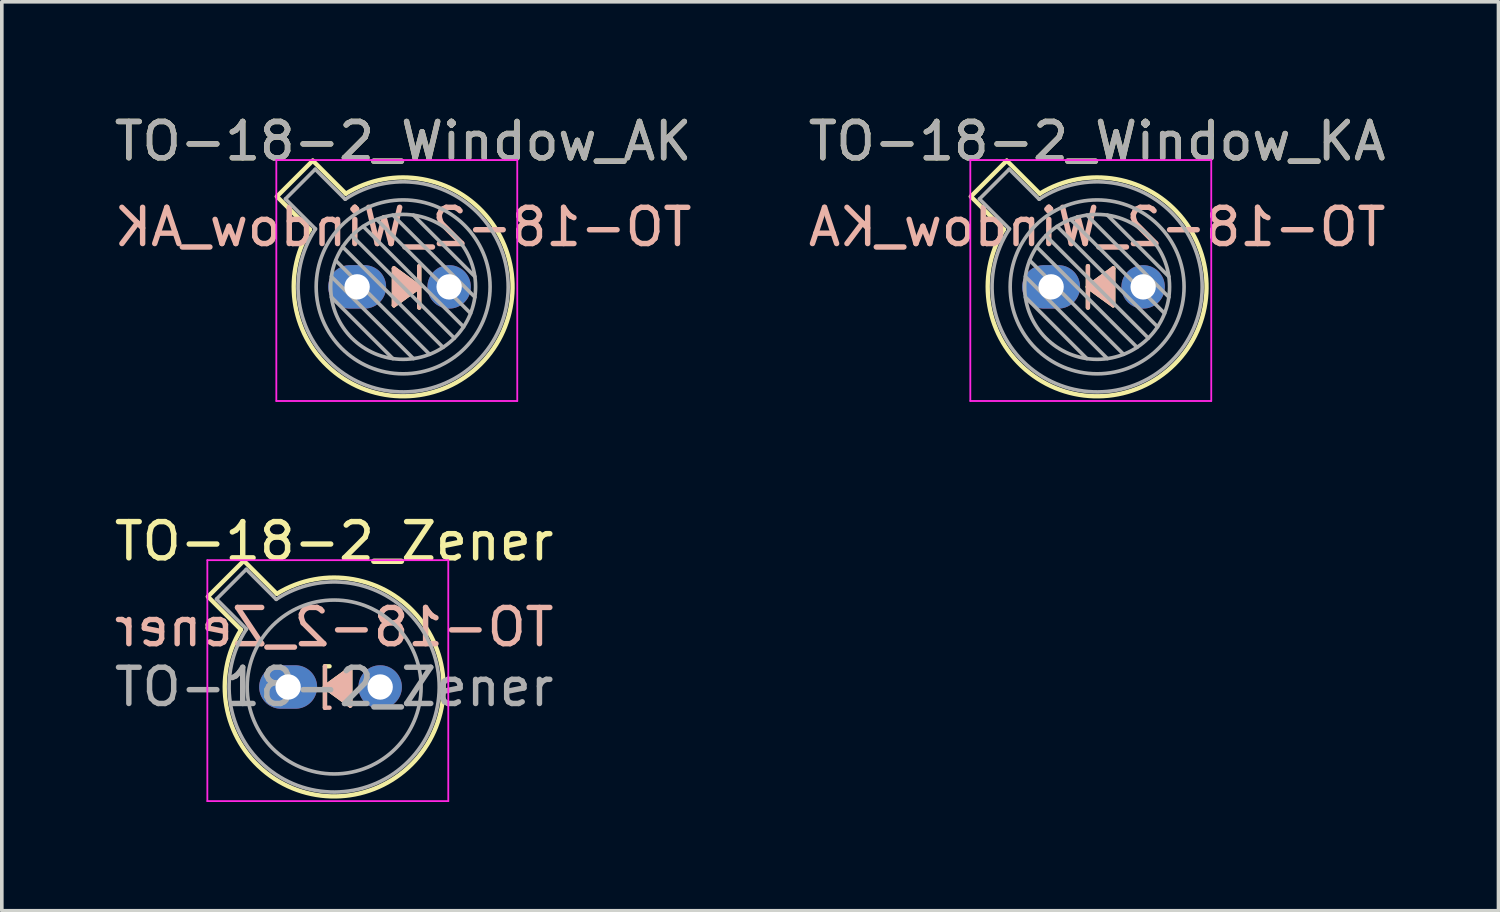
<source format=kicad_pcb>
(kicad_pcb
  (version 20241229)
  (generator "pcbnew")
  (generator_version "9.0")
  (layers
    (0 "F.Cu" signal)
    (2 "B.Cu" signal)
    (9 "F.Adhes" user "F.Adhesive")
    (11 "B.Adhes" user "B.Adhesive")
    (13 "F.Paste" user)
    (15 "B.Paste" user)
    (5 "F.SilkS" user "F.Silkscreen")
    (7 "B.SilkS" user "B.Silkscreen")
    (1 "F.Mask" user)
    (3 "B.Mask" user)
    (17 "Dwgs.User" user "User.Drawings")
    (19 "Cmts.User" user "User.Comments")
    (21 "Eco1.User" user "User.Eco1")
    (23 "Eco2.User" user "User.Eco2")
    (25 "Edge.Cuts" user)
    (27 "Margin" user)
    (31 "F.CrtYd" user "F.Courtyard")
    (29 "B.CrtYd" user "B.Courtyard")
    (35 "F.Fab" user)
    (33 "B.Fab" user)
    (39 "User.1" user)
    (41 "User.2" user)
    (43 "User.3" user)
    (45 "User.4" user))
  (footprint "TO-18-2_Window_KA"
    (layer "F.Cu")
    (at 25.962 4.868)
    (property "Reference" "TO-18-2_Window_KA" (at 1.27 -4.02 0) (layer "F.SilkS") (effects (font (size 1 1) (thickness 0.15))))
    (fp_line (start -2.214 -2.494) (end -1.302 -1.582) (stroke (width 0.12) (type solid)) (layer "F.SilkS"))
    (fp_line (start -1.224 -3.484) (end -2.214 -2.494) (stroke (width 0.12) (type solid)) (layer "F.SilkS"))
    (fp_line (start -0.312 -2.572) (end -1.224 -3.484) (stroke (width 0.12) (type solid)) (layer "F.SilkS"))
    (fp_line (start 1.016 0) (end 1.714 -0.508) (stroke (width 0.12) (type solid)) (layer "F.SilkS"))
    (fp_line (start 1.016 0.572) (end 1.016 -0.572) (stroke (width 0.12) (type solid)) (layer "F.SilkS"))
    (fp_line (start 1.714 -0.508) (end 1.714 0.508) (stroke (width 0.12) (type solid)) (layer "F.SilkS"))
    (fp_line (start 1.714 0.508) (end 1.016 0) (stroke (width 0.12) (type solid)) (layer "F.SilkS"))
    (fp_arc (start -0.312331 -2.572281) (mid 3.405374 2.135551) (end -1.30215 -1.582544) (stroke (width 0.12) (type solid)) (layer "F.SilkS"))
    (fp_poly (pts (xy 1.016 0) (xy 1.714 -0.508) (xy 1.714 0.508)) (stroke (width 0.1) (type solid)) (fill yes) (layer "F.SilkS"))
    (fp_line (start 1.016 -0.572) (end 1.016 0.572) (stroke (width 0.12) (type solid)) (layer "B.SilkS"))
    (fp_line (start 1.016 0) (end 1.714 0.508) (stroke (width 0.12) (type solid)) (layer "B.SilkS"))
    (fp_line (start 1.714 -0.508) (end 1.016 0) (stroke (width 0.12) (type solid)) (layer "B.SilkS"))
    (fp_line (start 1.714 0.508) (end 1.714 -0.508) (stroke (width 0.12) (type solid)) (layer "B.SilkS"))
    (fp_poly (pts (xy 1.016 0) (xy 1.714 0.508) (xy 1.714 -0.508)) (stroke (width 0.1) (type solid)) (fill yes) (layer "B.SilkS"))
    (fp_line (start -2.23 -3.5) (end -2.23 3.15) (stroke (width 0.05) (type solid)) (layer "F.CrtYd"))
    (fp_line (start -2.23 3.15) (end 4.42 3.15) (stroke (width 0.05) (type solid)) (layer "F.CrtYd"))
    (fp_line (start 4.42 -3.5) (end -2.23 -3.5) (stroke (width 0.05) (type solid)) (layer "F.CrtYd"))
    (fp_line (start 4.42 3.15) (end 4.42 -3.5) (stroke (width 0.05) (type solid)) (layer "F.CrtYd"))
    (fp_line (start -1.977 -2.426) (end -1.149 -1.599) (stroke (width 0.1) (type solid)) (layer "F.Fab"))
    (fp_line (start -1.156 -3.247) (end -1.977 -2.426) (stroke (width 0.1) (type solid)) (layer "F.Fab"))
    (fp_line (start -0.71 -0.283) (end 1.553 1.98) (stroke (width 0.1) (type solid)) (layer "F.Fab"))
    (fp_line (start -0.71 0.283) (end 0.987 1.98) (stroke (width 0.1) (type solid)) (layer "F.Fab"))
    (fp_line (start -0.592 -0.731) (end 2.001 1.862) (stroke (width 0.1) (type solid)) (layer "F.Fab"))
    (fp_line (start -0.399 -1.103) (end 2.373 1.669) (stroke (width 0.1) (type solid)) (layer "F.Fab"))
    (fp_line (start -0.329 -2.419) (end -1.156 -3.247) (stroke (width 0.1) (type solid)) (layer "F.Fab"))
    (fp_line (start -0.145 -1.415) (end 2.685 1.415) (stroke (width 0.1) (type solid)) (layer "F.Fab"))
    (fp_line (start 0.167 -1.669) (end 2.939 1.103) (stroke (width 0.1) (type solid)) (layer "F.Fab"))
    (fp_line (start 0.539 -1.862) (end 3.132 0.731) (stroke (width 0.1) (type solid)) (layer "F.Fab"))
    (fp_line (start 0.987 -1.98) (end 3.25 0.283) (stroke (width 0.1) (type solid)) (layer "F.Fab"))
    (fp_line (start 1.553 -1.98) (end 3.25 -0.283) (stroke (width 0.1) (type solid)) (layer "F.Fab"))
    (fp_arc (start -0.329057 -2.419301) (mid 3.321075 2.050145) (end -1.150029 -1.597956) (stroke (width 0.1) (type solid)) (layer "F.Fab"))
    (fp_circle (center 1.27 0) (end 3.27 0) (stroke (width 0.1) (type solid)) (fill no) (layer "F.Fab"))
    (fp_circle (center 1.27 0) (end 3.67 0) (stroke (width 0.1) (type solid)) (fill no) (layer "F.Fab"))
    (fp_text user "${REFERENCE}" (at 1.27 -1.651 0) (layer "B.SilkS") (effects (font (size 1 1) (thickness 0.15)) (justify mirror)))
    (fp_text user "${REFERENCE}" (at 1.27 -4.02 0) (layer "F.Fab") (effects (font (size 1 1) (thickness 0.15))))
    (pad "1" thru_hole oval (at 0 0) (size 1.6 1.2) (drill 0.7) (layers "*.Cu" "*.Mask"))
    (pad "2" thru_hole oval (at 2.54 0) (size 1.2 1.2) (drill 0.7) (layers "*.Cu" "*.Mask")))
  (footprint "TO-18-2_Zener"
    (layer "F.Cu")
    (at 4.903 15.912)
    (property "Reference" "TO-18-2_Zener" (at 1.27 -4.02 0) (layer "F.SilkS") (effects (font (size 1 1) (thickness 0.15))))
    (fp_line (start -2.214 -2.494) (end -1.302 -1.582) (stroke (width 0.12) (type solid)) (layer "F.SilkS"))
    (fp_line (start -1.224 -3.484) (end -2.214 -2.494) (stroke (width 0.12) (type solid)) (layer "F.SilkS"))
    (fp_line (start -0.312 -2.572) (end -1.224 -3.484) (stroke (width 0.12) (type solid)) (layer "F.SilkS"))
    (fp_line (start 1.016 -0.572) (end 1.143 -0.572) (stroke (width 0.12) (type solid)) (layer "F.SilkS"))
    (fp_line (start 1.016 0) (end 1.714 -0.508) (stroke (width 0.12) (type solid)) (layer "F.SilkS"))
    (fp_line (start 1.016 0.572) (end 1.016 -0.572) (stroke (width 0.12) (type solid)) (layer "F.SilkS"))
    (fp_line (start 1.714 -0.508) (end 1.714 0.508) (stroke (width 0.12) (type solid)) (layer "F.SilkS"))
    (fp_line (start 1.714 0.508) (end 1.016 0) (stroke (width 0.12) (type solid)) (layer "F.SilkS"))
    (fp_arc (start -0.312331 -2.572281) (mid 3.405374 2.135551) (end -1.30215 -1.582544) (stroke (width 0.12) (type solid)) (layer "F.SilkS"))
    (fp_poly (pts (xy 1.016 0) (xy 1.714 -0.508) (xy 1.714 0.508)) (stroke (width 0.1) (type solid)) (fill yes) (layer "F.SilkS"))
    (fp_line (start 1.016 -0.572) (end 1.016 0.572) (stroke (width 0.12) (type solid)) (layer "B.SilkS"))
    (fp_line (start 1.016 0) (end 1.714 0.508) (stroke (width 0.12) (type solid)) (layer "B.SilkS"))
    (fp_line (start 1.016 0.572) (end 1.143 0.572) (stroke (width 0.12) (type solid)) (layer "B.SilkS"))
    (fp_line (start 1.714 -0.508) (end 1.016 0) (stroke (width 0.12) (type solid)) (layer "B.SilkS"))
    (fp_line (start 1.714 0.508) (end 1.714 -0.508) (stroke (width 0.12) (type solid)) (layer "B.SilkS"))
    (fp_poly (pts (xy 1.016 0) (xy 1.714 0.508) (xy 1.714 -0.508)) (stroke (width 0.1) (type solid)) (fill yes) (layer "B.SilkS"))
    (fp_line (start -2.23 -3.5) (end -2.23 3.15) (stroke (width 0.05) (type solid)) (layer "F.CrtYd"))
    (fp_line (start -2.23 3.15) (end 4.42 3.15) (stroke (width 0.05) (type solid)) (layer "F.CrtYd"))
    (fp_line (start 4.42 -3.5) (end -2.23 -3.5) (stroke (width 0.05) (type solid)) (layer "F.CrtYd"))
    (fp_line (start 4.42 3.15) (end 4.42 -3.5) (stroke (width 0.05) (type solid)) (layer "F.CrtYd"))
    (fp_line (start -1.977 -2.426) (end -1.149 -1.599) (stroke (width 0.1) (type solid)) (layer "F.Fab"))
    (fp_line (start -1.156 -3.247) (end -1.977 -2.426) (stroke (width 0.1) (type solid)) (layer "F.Fab"))
    (fp_line (start -0.329 -2.419) (end -1.156 -3.247) (stroke (width 0.1) (type solid)) (layer "F.Fab"))
    (fp_arc (start -0.329057 -2.419301) (mid 3.321075 2.050145) (end -1.150029 -1.597956) (stroke (width 0.1) (type solid)) (layer "F.Fab"))
    (fp_circle (center 1.27 0) (end 3.67 0) (stroke (width 0.1) (type solid)) (fill no) (layer "F.Fab"))
    (fp_text user "${REFERENCE}" (at 1.27 -1.651 0) (layer "B.SilkS") (effects (font (size 1 1) (thickness 0.15)) (justify mirror)))
    (fp_text user "${REFERENCE}" (at 1.27 0.000001 0) (layer "F.Fab") (effects (font (size 1 1) (thickness 0.15))))
    (pad "1" thru_hole oval (at 0 0) (size 1.6 1.2) (drill 0.7) (layers "*.Cu" "*.Mask"))
    (pad "2" thru_hole oval (at 2.54 0) (size 1.2 1.2) (drill 0.7) (layers "*.Cu" "*.Mask")))
  (footprint "TO-18-2_Window_AK"
    (layer "F.Cu")
    (at 6.807 4.868)
    (property "Reference" "TO-18-2_Window_AK" (at 1.27 -4.02 0) (layer "F.SilkS") (effects (font (size 1 1) (thickness 0.15))))
    (fp_line (start -2.214 -2.494) (end -1.302 -1.582) (stroke (width 0.12) (type solid)) (layer "F.SilkS"))
    (fp_line (start -1.224 -3.484) (end -2.214 -2.494) (stroke (width 0.12) (type solid)) (layer "F.SilkS"))
    (fp_line (start -0.312 -2.572) (end -1.224 -3.484) (stroke (width 0.12) (type solid)) (layer "F.SilkS"))
    (fp_line (start 1.016 -0.508) (end 1.714 0) (stroke (width 0.12) (type solid)) (layer "F.SilkS"))
    (fp_line (start 1.016 0.508) (end 1.016 -0.508) (stroke (width 0.12) (type solid)) (layer "F.SilkS"))
    (fp_line (start 1.714 -0.572) (end 1.714 0.572) (stroke (width 0.12) (type solid)) (layer "F.SilkS"))
    (fp_line (start 1.714 0) (end 1.016 0.508) (stroke (width 0.12) (type solid)) (layer "F.SilkS"))
    (fp_arc (start -0.312331 -2.572281) (mid 3.405374 2.135551) (end -1.30215 -1.582544) (stroke (width 0.12) (type solid)) (layer "F.SilkS"))
    (fp_poly (pts (xy 1.714 0) (xy 1.016 0.508) (xy 1.016 -0.508)) (stroke (width 0.1) (type solid)) (fill yes) (layer "F.SilkS"))
    (fp_line (start 1.016 -0.508) (end 1.016 0.508) (stroke (width 0.12) (type solid)) (layer "B.SilkS"))
    (fp_line (start 1.016 0.508) (end 1.714 0) (stroke (width 0.12) (type solid)) (layer "B.SilkS"))
    (fp_line (start 1.714 0) (end 1.016 -0.508) (stroke (width 0.12) (type solid)) (layer "B.SilkS"))
    (fp_line (start 1.714 0.572) (end 1.714 -0.572) (stroke (width 0.12) (type solid)) (layer "B.SilkS"))
    (fp_poly (pts (xy 1.714 0) (xy 1.016 -0.508) (xy 1.016 0.508)) (stroke (width 0.1) (type solid)) (fill yes) (layer "B.SilkS"))
    (fp_line (start -2.23 -3.5) (end -2.23 3.15) (stroke (width 0.05) (type solid)) (layer "F.CrtYd"))
    (fp_line (start -2.23 3.15) (end 4.42 3.15) (stroke (width 0.05) (type solid)) (layer "F.CrtYd"))
    (fp_line (start 4.42 -3.5) (end -2.23 -3.5) (stroke (width 0.05) (type solid)) (layer "F.CrtYd"))
    (fp_line (start 4.42 3.15) (end 4.42 -3.5) (stroke (width 0.05) (type solid)) (layer "F.CrtYd"))
    (fp_line (start -1.977 -2.426) (end -1.149 -1.599) (stroke (width 0.1) (type solid)) (layer "F.Fab"))
    (fp_line (start -1.156 -3.247) (end -1.977 -2.426) (stroke (width 0.1) (type solid)) (layer "F.Fab"))
    (fp_line (start -0.71 -0.283) (end 1.553 1.98) (stroke (width 0.1) (type solid)) (layer "F.Fab"))
    (fp_line (start -0.71 0.283) (end 0.987 1.98) (stroke (width 0.1) (type solid)) (layer "F.Fab"))
    (fp_line (start -0.592 -0.731) (end 2.001 1.862) (stroke (width 0.1) (type solid)) (layer "F.Fab"))
    (fp_line (start -0.399 -1.103) (end 2.373 1.669) (stroke (width 0.1) (type solid)) (layer "F.Fab"))
    (fp_line (start -0.329 -2.419) (end -1.156 -3.247) (stroke (width 0.1) (type solid)) (layer "F.Fab"))
    (fp_line (start -0.145 -1.415) (end 2.685 1.415) (stroke (width 0.1) (type solid)) (layer "F.Fab"))
    (fp_line (start 0.167 -1.669) (end 2.939 1.103) (stroke (width 0.1) (type solid)) (layer "F.Fab"))
    (fp_line (start 0.539 -1.862) (end 3.132 0.731) (stroke (width 0.1) (type solid)) (layer "F.Fab"))
    (fp_line (start 0.987 -1.98) (end 3.25 0.283) (stroke (width 0.1) (type solid)) (layer "F.Fab"))
    (fp_line (start 1.553 -1.98) (end 3.25 -0.283) (stroke (width 0.1) (type solid)) (layer "F.Fab"))
    (fp_arc (start -0.329057 -2.419301) (mid 3.321075 2.050145) (end -1.150029 -1.597956) (stroke (width 0.1) (type solid)) (layer "F.Fab"))
    (fp_circle (center 1.27 0) (end 3.27 0) (stroke (width 0.1) (type solid)) (fill no) (layer "F.Fab"))
    (fp_circle (center 1.27 0) (end 3.67 0) (stroke (width 0.1) (type solid)) (fill no) (layer "F.Fab"))
    (fp_text user "${REFERENCE}" (at 1.27 -1.651 0) (layer "B.SilkS") (effects (font (size 1 1) (thickness 0.15)) (justify mirror)))
    (fp_text user "${REFERENCE}" (at 1.27 -4.02 0) (layer "F.Fab") (effects (font (size 1 1) (thickness 0.15))))
    (pad "1" thru_hole oval (at 0 0) (size 1.6 1.2) (drill 0.7) (layers "*.Cu" "*.Mask"))
    (pad "2" thru_hole oval (at 2.54 0) (size 1.2 1.2) (drill 0.7) (layers "*.Cu" "*.Mask")))
  (gr_rect
    (start -3 -3)
    (end 38.31 22.087)
    (stroke (width 0.1) (type default))
    (fill no)
    (layer "Edge.Cuts")))
</source>
